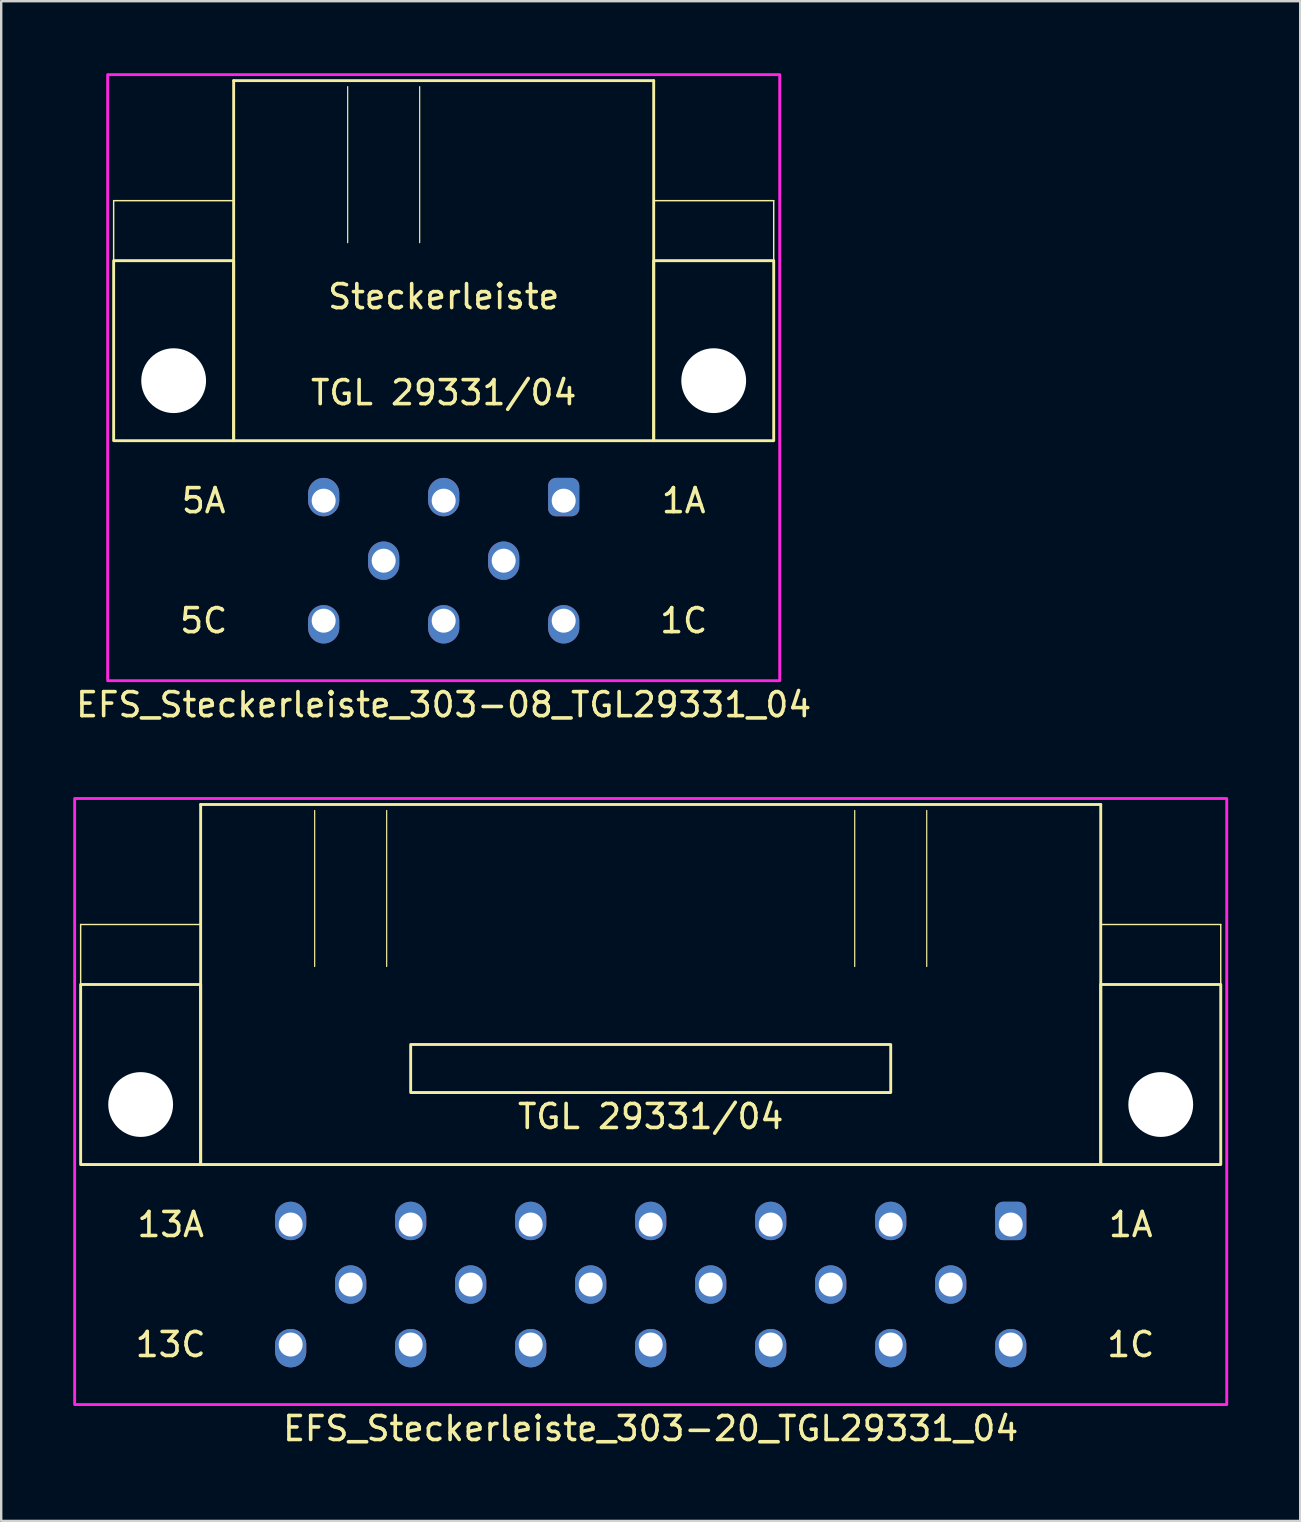
<source format=kicad_pcb>
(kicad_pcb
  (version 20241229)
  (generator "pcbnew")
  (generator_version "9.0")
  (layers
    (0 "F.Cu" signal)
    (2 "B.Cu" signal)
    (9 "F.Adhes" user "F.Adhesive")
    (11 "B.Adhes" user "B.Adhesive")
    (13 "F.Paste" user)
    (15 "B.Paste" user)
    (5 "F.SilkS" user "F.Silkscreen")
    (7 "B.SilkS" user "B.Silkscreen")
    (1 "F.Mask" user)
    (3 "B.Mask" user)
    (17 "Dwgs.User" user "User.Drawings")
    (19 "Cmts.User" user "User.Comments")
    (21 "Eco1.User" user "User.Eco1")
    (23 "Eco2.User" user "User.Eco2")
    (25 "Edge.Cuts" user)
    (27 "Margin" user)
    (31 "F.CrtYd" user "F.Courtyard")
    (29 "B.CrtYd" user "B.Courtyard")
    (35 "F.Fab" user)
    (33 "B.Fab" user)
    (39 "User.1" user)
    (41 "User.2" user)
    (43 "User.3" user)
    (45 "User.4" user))
  (footprint "EFS_Steckerleiste_303-20_TGL29331_04"
    (layer "F.Cu")
    (at 24.06 35.468)
    (property "Reference" "EFS_Steckerleiste_303-20_TGL29331_04" (at 0 21 180) (layer "F.SilkS") (effects (font (size 1 1) (thickness 0.15))))
    (attr through_hole)
    (fp_line (start -23.75 0) (end -23.75 2.5) (stroke (width 0.06) (type solid)) (layer "F.SilkS"))
    (fp_line (start -18.75 -5) (end -18.75 10) (stroke (width 0.12) (type solid)) (layer "F.SilkS"))
    (fp_line (start -18.75 -5) (end 18.75 -5) (stroke (width 0.12) (type solid)) (layer "F.SilkS"))
    (fp_line (start -18.75 0) (end -23.75 0) (stroke (width 0.06) (type solid)) (layer "F.SilkS"))
    (fp_line (start -18.75 10) (end 18.75 10) (stroke (width 0.12) (type solid)) (layer "F.SilkS"))
    (fp_line (start -14 -4.75) (end -14 1.75) (stroke (width 0.05) (type solid)) (layer "F.SilkS"))
    (fp_line (start -11 -4.75) (end -11 1.75) (stroke (width 0.05) (type solid)) (layer "F.SilkS"))
    (fp_line (start 8.5 -4.75) (end 8.5 1.75) (stroke (width 0.05) (type solid)) (layer "F.SilkS"))
    (fp_line (start 11.5 -4.75) (end 11.5 1.75) (stroke (width 0.05) (type solid)) (layer "F.SilkS"))
    (fp_line (start 18.75 10) (end 18.75 -5) (stroke (width 0.12) (type solid)) (layer "F.SilkS"))
    (fp_line (start 23.75 0) (end 18.75 0) (stroke (width 0.06) (type solid)) (layer "F.SilkS"))
    (fp_line (start 23.75 0) (end 23.75 2.5) (stroke (width 0.06) (type solid)) (layer "F.SilkS"))
    (fp_rect (start -18.75 10) (end -23.75 2.5) (stroke (width 0.12) (type solid)) (fill no) (layer "F.SilkS"))
    (fp_rect (start -10 7) (end 10 5) (stroke (width 0.12) (type solid)) (fill no) (layer "F.SilkS"))
    (fp_rect (start 23.75 10) (end 18.75 2.5) (stroke (width 0.12) (type solid)) (fill no) (layer "F.SilkS"))
    (fp_rect (start -24 -5.25) (end 24 20) (stroke (width 0.12) (type solid)) (fill no) (layer "F.CrtYd"))
    (fp_text user "TGL 29331/04" (at 0 8 0) (unlocked yes) (layer "F.SilkS") (effects (font (size 1 1) (thickness 0.15))))
    (fp_text user "13A" (at -20 12.5 0) (layer "F.SilkS") (effects (font (size 1 1) (thickness 0.15))))
    (fp_text user "1C" (at 20 17.5 0) (layer "F.SilkS") (effects (font (size 1 1) (thickness 0.15))))
    (fp_text user "13C" (at -20 17.5 0) (layer "F.SilkS") (effects (font (size 1 1) (thickness 0.15))))
    (fp_text user "1A" (at 20 12.5 0) (layer "F.SilkS") (effects (font (size 1 1) (thickness 0.15))))
    (pad "" np_thru_hole circle (at -21.25 7.5) (size 2.7 2.7) (drill 2.7) (layers "*.Cu" "*.Mask"))
    (pad "" np_thru_hole circle (at 21.25 7.5) (size 2.7 2.7) (drill 2.7) (layers "*.Cu" "*.Mask"))
    (pad "1a" thru_hole roundrect (at 15 12.5 180) (size 1.3 1.6) (drill 1 (offset 0 0.15)) (layers "*.Cu" "*.Mask") (roundrect_rratio 0.25))
    (pad "1c" thru_hole oval (at 15 17.5 180) (size 1.3 1.6) (drill 1 (offset 0 -0.15)) (layers "*.Cu" "*.Mask"))
    (pad "2b" thru_hole oval (at 12.5 15 180) (size 1.3 1.6) (drill 1) (layers "*.Cu" "*.Mask"))
    (pad "3a" thru_hole oval (at 10 12.5 180) (size 1.3 1.6) (drill 1 (offset 0 0.15)) (layers "*.Cu" "*.Mask"))
    (pad "3c" thru_hole oval (at 10 17.5 180) (size 1.3 1.6) (drill 1 (offset 0 -0.15)) (layers "*.Cu" "*.Mask"))
    (pad "4b" thru_hole oval (at 7.5 15 180) (size 1.3 1.6) (drill 1) (layers "*.Cu" "*.Mask"))
    (pad "5a" thru_hole oval (at 5 12.5 180) (size 1.3 1.6) (drill 1 (offset 0 0.15)) (layers "*.Cu" "*.Mask"))
    (pad "5c" thru_hole oval (at 5 17.5 180) (size 1.3 1.6) (drill 1 (offset 0 -0.15)) (layers "*.Cu" "*.Mask"))
    (pad "6b" thru_hole oval (at 2.5 15 180) (size 1.3 1.6) (drill 1) (layers "*.Cu" "*.Mask"))
    (pad "7a" thru_hole oval (at 0 12.5 180) (size 1.3 1.6) (drill 1 (offset 0 0.15)) (layers "*.Cu" "*.Mask"))
    (pad "7c" thru_hole oval (at 0 17.5 180) (size 1.3 1.6) (drill 1 (offset 0 -0.15)) (layers "*.Cu" "*.Mask"))
    (pad "8b" thru_hole oval (at -2.5 15 180) (size 1.3 1.6) (drill 1) (layers "*.Cu" "*.Mask"))
    (pad "9a" thru_hole oval (at -5 12.5 180) (size 1.3 1.6) (drill 1 (offset 0 0.15)) (layers "*.Cu" "*.Mask"))
    (pad "9c" thru_hole oval (at -5 17.5 180) (size 1.3 1.6) (drill 1 (offset 0 -0.15)) (layers "*.Cu" "*.Mask"))
    (pad "10b" thru_hole oval (at -7.5 15 180) (size 1.3 1.6) (drill 1) (layers "*.Cu" "*.Mask"))
    (pad "11a" thru_hole oval (at -10 12.5 180) (size 1.3 1.6) (drill 1 (offset 0 0.15)) (layers "*.Cu" "*.Mask"))
    (pad "11c" thru_hole oval (at -10 17.5 180) (size 1.3 1.6) (drill 1 (offset 0 -0.15)) (layers "*.Cu" "*.Mask"))
    (pad "12b" thru_hole oval (at -12.5 15 180) (size 1.3 1.6) (drill 1) (layers "*.Cu" "*.Mask"))
    (pad "13a" thru_hole oval (at -15 12.5 180) (size 1.3 1.6) (drill 1 (offset 0 0.15)) (layers "*.Cu" "*.Mask"))
    (pad "13c" thru_hole oval (at -15 17.5 180) (size 1.3 1.6) (drill 1 (offset 0 -0.15)) (layers "*.Cu" "*.Mask")))
  (footprint "EFS_Steckerleiste_303-08_TGL29331_04"
    (layer "F.Cu")
    (at 15.435 5.31)
    (property "Reference" "EFS_Steckerleiste_303-08_TGL29331_04" (at 0 21 180) (layer "F.SilkS") (effects (font (size 1 1) (thickness 0.15))))
    (attr through_hole)
    (fp_line (start -13.75 0) (end -13.75 2.5) (stroke (width 0.06) (type solid)) (layer "F.SilkS"))
    (fp_line (start -8.75 -5) (end -8.75 10) (stroke (width 0.12) (type solid)) (layer "F.SilkS"))
    (fp_line (start -8.75 -5) (end 8.75 -5) (stroke (width 0.12) (type solid)) (layer "F.SilkS"))
    (fp_line (start -8.75 0) (end -13.75 0) (stroke (width 0.06) (type solid)) (layer "F.SilkS"))
    (fp_line (start -8.75 10) (end 8.75 10) (stroke (width 0.12) (type solid)) (layer "F.SilkS"))
    (fp_line (start -4 -4.75) (end -4 1.75) (stroke (width 0.05) (type solid)) (layer "F.SilkS"))
    (fp_line (start -1 -4.75) (end -1 1.75) (stroke (width 0.05) (type solid)) (layer "F.SilkS"))
    (fp_line (start 8.75 10) (end 8.75 -5) (stroke (width 0.12) (type solid)) (layer "F.SilkS"))
    (fp_line (start 13.75 0) (end 8.75 0) (stroke (width 0.06) (type solid)) (layer "F.SilkS"))
    (fp_line (start 13.75 0) (end 13.75 2.5) (stroke (width 0.06) (type solid)) (layer "F.SilkS"))
    (fp_rect (start -8.75 10) (end -13.75 2.5) (stroke (width 0.12) (type solid)) (fill no) (layer "F.SilkS"))
    (fp_rect (start 13.75 10) (end 8.75 2.5) (stroke (width 0.12) (type solid)) (fill no) (layer "F.SilkS"))
    (fp_rect (start -14 -5.25) (end 14 20) (stroke (width 0.12) (type solid)) (fill no) (layer "F.CrtYd"))
    (fp_text user "TGL 29331/04" (at 0 8 0) (unlocked yes) (layer "F.SilkS") (effects (font (size 1 1) (thickness 0.15))))
    (fp_text user "Steckerleiste" (at 0 4 0) (unlocked yes) (layer "F.SilkS") (effects (font (size 1 1) (thickness 0.15))))
    (fp_text user "1C" (at 10 17.5 0) (layer "F.SilkS") (effects (font (size 1 1) (thickness 0.15))))
    (fp_text user "5A" (at -10 12.5 0) (layer "F.SilkS") (effects (font (size 1 1) (thickness 0.15))))
    (fp_text user "1A" (at 10 12.5 0) (layer "F.SilkS") (effects (font (size 1 1) (thickness 0.15))))
    (fp_text user "5C" (at -10 17.5 0) (layer "F.SilkS") (effects (font (size 1 1) (thickness 0.15))))
    (pad "" np_thru_hole circle (at -11.25 7.5) (size 2.7 2.7) (drill 2.7) (layers "*.Cu" "*.Mask"))
    (pad "" np_thru_hole circle (at 11.25 7.5) (size 2.7 2.7) (drill 2.7) (layers "*.Cu" "*.Mask"))
    (pad "1a" thru_hole roundrect (at 5 12.5) (size 1.3 1.6) (drill 1 (offset 0 -0.15)) (layers "*.Cu" "*.Mask") (roundrect_rratio 0.25))
    (pad "1c" thru_hole oval (at 5 17.5) (size 1.3 1.6) (drill 1 (offset 0 0.15)) (layers "*.Cu" "*.Mask"))
    (pad "2b" thru_hole oval (at 2.5 15 180) (size 1.3 1.6) (drill 1) (layers "*.Cu" "*.Mask"))
    (pad "3a" thru_hole oval (at 0 12.5) (size 1.3 1.6) (drill 1 (offset 0 -0.15)) (layers "*.Cu" "*.Mask"))
    (pad "3c" thru_hole oval (at 0 17.5) (size 1.3 1.6) (drill 1 (offset 0 0.15)) (layers "*.Cu" "*.Mask"))
    (pad "4b" thru_hole oval (at -2.5 15 180) (size 1.3 1.6) (drill 1) (layers "*.Cu" "*.Mask"))
    (pad "5a" thru_hole oval (at -5 12.5) (size 1.3 1.6) (drill 1 (offset 0 -0.15)) (layers "*.Cu" "*.Mask"))
    (pad "5c" thru_hole oval (at -5 17.5) (size 1.3 1.6) (drill 1 (offset 0 0.15)) (layers "*.Cu" "*.Mask")))
  (gr_rect
    (start -3 -3)
    (end 51.12 60.316)
    (stroke (width 0.1) (type default))
    (fill no)
    (layer "Edge.Cuts")))
</source>
